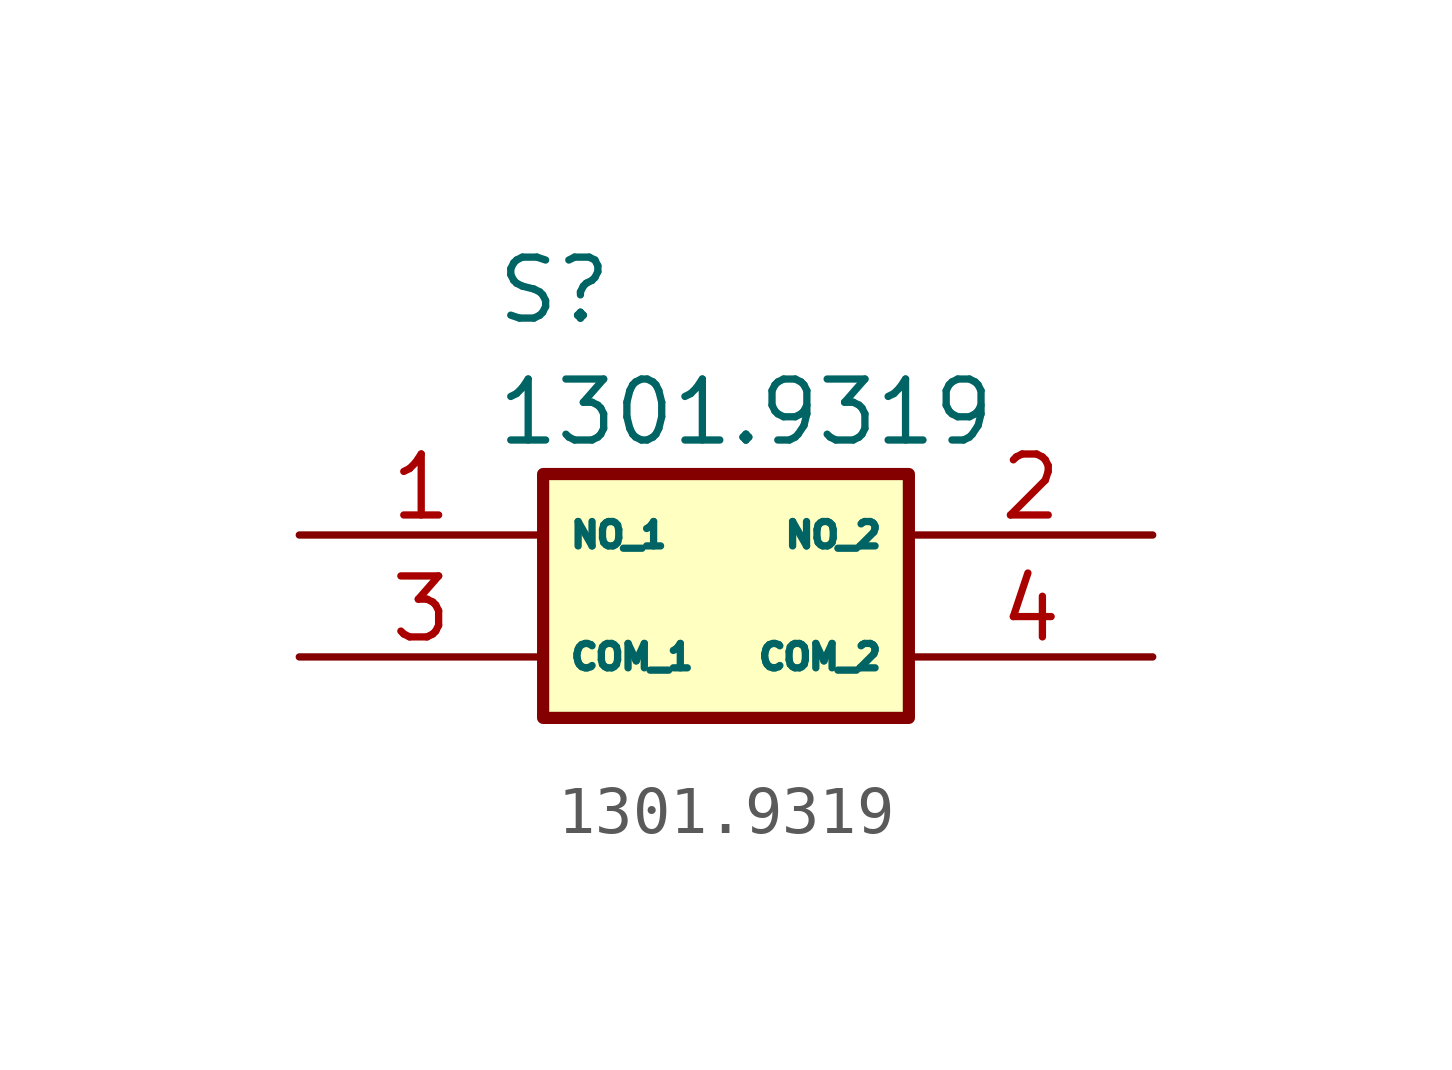
<source format=kicad_sym>
(kicad_symbol_lib
  (version 20241209)
  (generator "kicad_symbol_editor")
  (generator_version "9.0")
  (symbol "1301.9319"
    (property "Reference" "S"
      (at 16.764 5.842 0)
      (effects (font (size 1.27 1.27)) (justify left top)))
    (property "Value" "1301.9319"
      (at 16.764 3.302 0)
      (effects (font (size 1.27 1.27)) (justify left top)))
    (symbol "1301.9319_1_1"
      (rectangle (start 17.78 1.27) (end 25.4 -3.81) (stroke (width 0.254) (type default)) (fill (type background)))
      (pin passive line (at 12.7 0 0) (length 5.08) (name "NO_1" (effects (font (size 0.508 0.508)))) (number "1" (effects (font (size 1.27 1.27)))))
      (pin passive line (at 12.7 -2.54 0) (length 5.08) (name "COM_1" (effects (font (size 0.508 0.508)))) (number "3" (effects (font (size 1.27 1.27)))))
      (pin passive line (at 30.48 0 180) (length 5.08) (name "NO_2" (effects (font (size 0.508 0.508)))) (number "2" (effects (font (size 1.27 1.27)))))
      (pin passive line (at 30.48 -2.54 180) (length 5.08) (name "COM_2" (effects (font (size 0.508 0.508)))) (number "4" (effects (font (size 1.27 1.27))))))))
</source>
